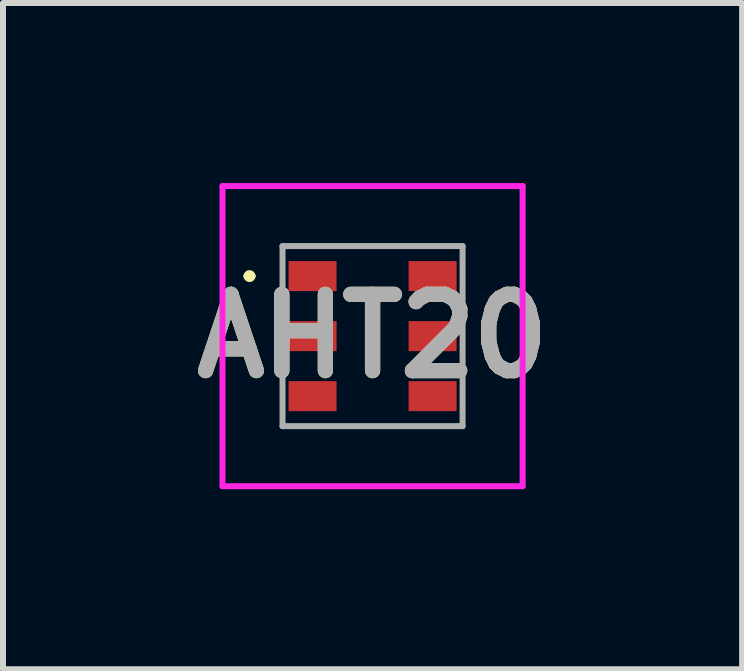
<source format=kicad_pcb>
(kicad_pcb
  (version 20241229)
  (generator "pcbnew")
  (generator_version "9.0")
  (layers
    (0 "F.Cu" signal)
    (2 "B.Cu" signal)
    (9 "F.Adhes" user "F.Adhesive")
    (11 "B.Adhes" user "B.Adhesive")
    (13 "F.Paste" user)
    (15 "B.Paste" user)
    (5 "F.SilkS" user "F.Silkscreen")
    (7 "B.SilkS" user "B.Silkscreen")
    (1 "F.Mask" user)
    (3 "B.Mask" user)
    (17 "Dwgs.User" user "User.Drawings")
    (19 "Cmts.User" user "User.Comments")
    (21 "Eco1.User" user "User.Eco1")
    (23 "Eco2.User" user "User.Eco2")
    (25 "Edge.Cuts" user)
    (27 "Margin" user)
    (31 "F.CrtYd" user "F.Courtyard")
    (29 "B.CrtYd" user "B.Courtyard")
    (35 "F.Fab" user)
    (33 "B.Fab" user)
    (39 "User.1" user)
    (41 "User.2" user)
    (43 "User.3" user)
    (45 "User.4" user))
  (footprint "AHT20"
    (layer "F.Cu")
    (at 3.157 2.55)
    (property "Reference" "AHT20" (at 0 0 0) (layer "F.SilkS") (effects (font (size 1.27 1.27) (thickness 0.254))))
    (attr smd)
    (fp_line (start -2.1 -1) (end -2.1 -1) (stroke (width 0.1) (type solid)) (layer "F.SilkS"))
    (fp_line (start -2 -1) (end -2 -1) (stroke (width 0.1) (type solid)) (layer "F.SilkS"))
    (fp_arc (start -2.1 -1) (mid -2.05 -1.05) (end -2 -1) (stroke (width 0.1) (type solid)) (layer "F.SilkS"))
    (fp_arc (start -2 -1) (mid -2.05 -0.95) (end -2.1 -1) (stroke (width 0.1) (type solid)) (layer "F.SilkS"))
    (fp_line (start -2.5 -2.5) (end 2.5 -2.5) (stroke (width 0.1) (type solid)) (layer "F.CrtYd"))
    (fp_line (start -2.5 2.5) (end -2.5 -2.5) (stroke (width 0.1) (type solid)) (layer "F.CrtYd"))
    (fp_line (start 2.5 -2.5) (end 2.5 2.5) (stroke (width 0.1) (type solid)) (layer "F.CrtYd"))
    (fp_line (start 2.5 2.5) (end -2.5 2.5) (stroke (width 0.1) (type solid)) (layer "F.CrtYd"))
    (fp_line (start -1.5 -1.5) (end 1.5 -1.5) (stroke (width 0.1) (type solid)) (layer "F.Fab"))
    (fp_line (start -1.5 1.5) (end -1.5 -1.5) (stroke (width 0.1) (type solid)) (layer "F.Fab"))
    (fp_line (start 1.5 -1.5) (end 1.5 1.5) (stroke (width 0.1) (type solid)) (layer "F.Fab"))
    (fp_line (start 1.5 1.5) (end -1.5 1.5) (stroke (width 0.1) (type solid)) (layer "F.Fab"))
    (fp_text user "${REFERENCE}" (at 0 0 0) (layer "F.Fab") (effects (font (size 1.27 1.27) (thickness 0.254))))
    (pad "1" smd rect (at -1 -1 90) (size 0.5 0.8) (layers "F.Cu" "F.Mask" "F.Paste"))
    (pad "2" smd rect (at -1 0 90) (size 0.5 0.8) (layers "F.Cu" "F.Mask" "F.Paste"))
    (pad "3" smd rect (at -1 1 90) (size 0.5 0.8) (layers "F.Cu" "F.Mask" "F.Paste"))
    (pad "4" smd rect (at 1 1 90) (size 0.5 0.8) (layers "F.Cu" "F.Mask" "F.Paste"))
    (pad "5" smd rect (at 1 0 90) (size 0.5 0.8) (layers "F.Cu" "F.Mask" "F.Paste"))
    (pad "6" smd rect (at 1 -1 90) (size 0.5 0.8) (layers "F.Cu" "F.Mask" "F.Paste")))
  (gr_rect
    (start -3 -3)
    (end 9.314 8.1)
    (stroke (width 0.1) (type default))
    (fill no)
    (layer "Edge.Cuts")))
</source>
